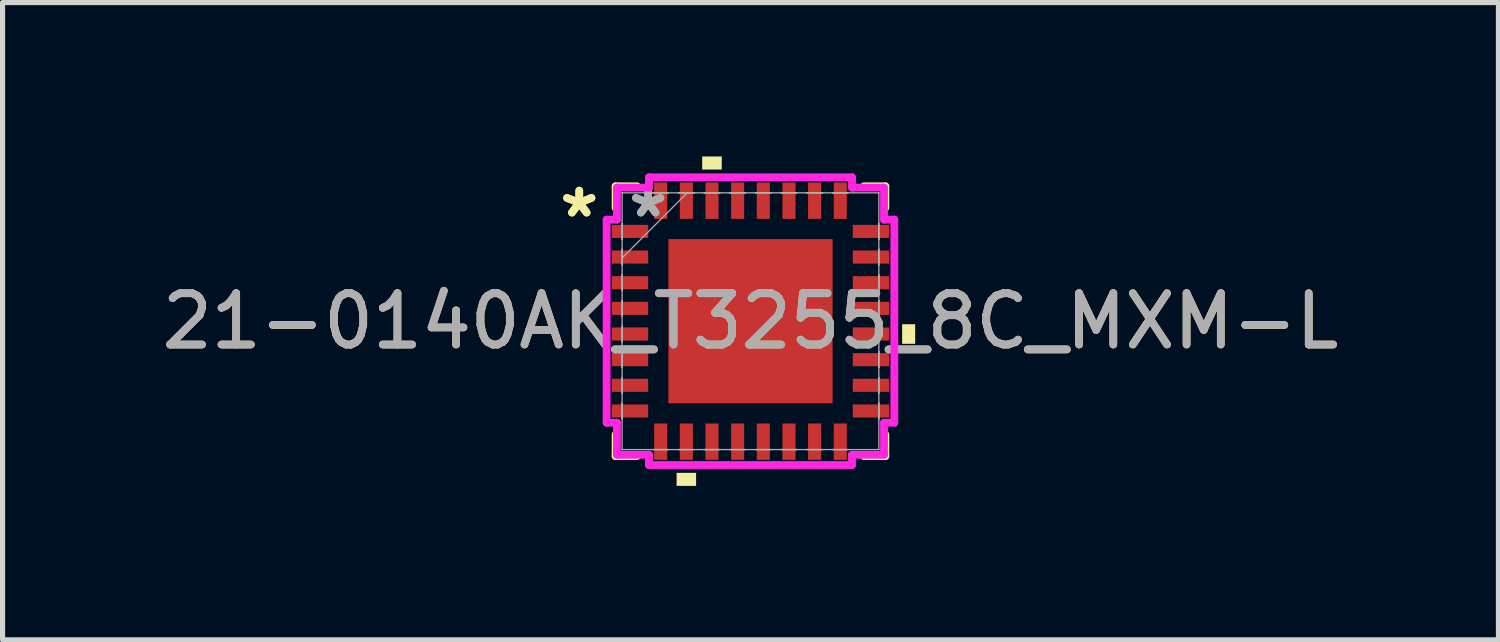
<source format=kicad_pcb>
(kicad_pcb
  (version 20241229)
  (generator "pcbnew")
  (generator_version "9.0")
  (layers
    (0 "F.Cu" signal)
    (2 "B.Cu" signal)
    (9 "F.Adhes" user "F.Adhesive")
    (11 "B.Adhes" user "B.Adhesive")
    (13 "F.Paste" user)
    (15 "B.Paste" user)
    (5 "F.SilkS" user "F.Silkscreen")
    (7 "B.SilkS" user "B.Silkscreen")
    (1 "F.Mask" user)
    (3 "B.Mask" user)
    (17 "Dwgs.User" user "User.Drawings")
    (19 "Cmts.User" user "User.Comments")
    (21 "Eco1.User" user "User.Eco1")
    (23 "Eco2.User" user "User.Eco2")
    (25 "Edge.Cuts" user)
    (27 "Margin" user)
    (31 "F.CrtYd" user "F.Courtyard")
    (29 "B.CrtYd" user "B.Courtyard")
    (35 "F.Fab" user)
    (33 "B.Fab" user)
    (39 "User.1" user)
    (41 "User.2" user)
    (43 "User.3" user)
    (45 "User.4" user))
  (footprint "21-0140AK_T3255_8C_MXM-L"
    (layer "F.Cu")
    (at 11.577 3.21)
    (property "Reference" "21-0140AK_T3255_8C_MXM-L" (at 0 0 0) (unlocked yes) (layer "F.SilkS") (effects (font (size 1 1) (thickness 0.15))))
    (attr smd)
    (fp_line (start -2.629 -2.629) (end -2.629 -2.21) (stroke (width 0.152) (type solid)) (layer "F.SilkS"))
    (fp_line (start -2.629 2.21) (end -2.629 2.629) (stroke (width 0.152) (type solid)) (layer "F.SilkS"))
    (fp_line (start -2.629 2.629) (end -2.21 2.629) (stroke (width 0.152) (type solid)) (layer "F.SilkS"))
    (fp_line (start -2.21 -2.629) (end -2.629 -2.629) (stroke (width 0.152) (type solid)) (layer "F.SilkS"))
    (fp_line (start 2.21 2.629) (end 2.629 2.629) (stroke (width 0.152) (type solid)) (layer "F.SilkS"))
    (fp_line (start 2.629 -2.629) (end 2.21 -2.629) (stroke (width 0.152) (type solid)) (layer "F.SilkS"))
    (fp_line (start 2.629 -2.21) (end 2.629 -2.629) (stroke (width 0.152) (type solid)) (layer "F.SilkS"))
    (fp_line (start 2.629 2.629) (end 2.629 2.21) (stroke (width 0.152) (type solid)) (layer "F.SilkS"))
    (fp_poly (pts (xy -1.44 2.956) (xy -1.44 3.21) (xy -1.06 3.21) (xy -1.06 2.956)) (stroke (width 0) (type solid)) (fill yes) (layer "F.SilkS"))
    (fp_poly (pts (xy -0.941 -2.956) (xy -0.941 -3.21) (xy -0.56 -3.21) (xy -0.56 -2.956)) (stroke (width 0) (type solid)) (fill yes) (layer "F.SilkS"))
    (fp_poly (pts (xy 3.21 0.059) (xy 3.21 0.441) (xy 2.956 0.441) (xy 2.956 0.059)) (stroke (width 0) (type solid)) (fill yes) (layer "F.SilkS"))
    (fp_poly (pts (xy -1.5 -1.5) (xy -1.5 -0.1) (xy -0.1 -0.1) (xy -0.1 -1.5)) (stroke (width 0) (type solid)) (fill yes) (layer "F.Paste"))
    (fp_poly (pts (xy -1.5 0.1) (xy -1.5 1.5) (xy -0.1 1.5) (xy -0.1 0.1)) (stroke (width 0) (type solid)) (fill yes) (layer "F.Paste"))
    (fp_poly (pts (xy 0.1 -1.5) (xy 0.1 -0.1) (xy 1.5 -0.1) (xy 1.5 -1.5)) (stroke (width 0) (type solid)) (fill yes) (layer "F.Paste"))
    (fp_poly (pts (xy 0.1 0.1) (xy 0.1 1.5) (xy 1.5 1.5) (xy 1.5 0.1)) (stroke (width 0) (type solid)) (fill yes) (layer "F.Paste"))
    (fp_line (start -2.804 -1.979) (end -2.603 -1.979) (stroke (width 0.152) (type solid)) (layer "F.CrtYd"))
    (fp_line (start -2.804 1.979) (end -2.804 -1.979) (stroke (width 0.152) (type solid)) (layer "F.CrtYd"))
    (fp_line (start -2.603 -2.603) (end -1.979 -2.603) (stroke (width 0.152) (type solid)) (layer "F.CrtYd"))
    (fp_line (start -2.603 -1.979) (end -2.603 -2.603) (stroke (width 0.152) (type solid)) (layer "F.CrtYd"))
    (fp_line (start -2.603 1.979) (end -2.804 1.979) (stroke (width 0.152) (type solid)) (layer "F.CrtYd"))
    (fp_line (start -2.603 2.603) (end -2.603 1.979) (stroke (width 0.152) (type solid)) (layer "F.CrtYd"))
    (fp_line (start -1.979 -2.804) (end 1.979 -2.804) (stroke (width 0.152) (type solid)) (layer "F.CrtYd"))
    (fp_line (start -1.979 -2.603) (end -1.979 -2.804) (stroke (width 0.152) (type solid)) (layer "F.CrtYd"))
    (fp_line (start -1.979 2.603) (end -2.603 2.603) (stroke (width 0.152) (type solid)) (layer "F.CrtYd"))
    (fp_line (start -1.979 2.804) (end -1.979 2.603) (stroke (width 0.152) (type solid)) (layer "F.CrtYd"))
    (fp_line (start 1.979 -2.804) (end 1.979 -2.603) (stroke (width 0.152) (type solid)) (layer "F.CrtYd"))
    (fp_line (start 1.979 -2.603) (end 2.603 -2.603) (stroke (width 0.152) (type solid)) (layer "F.CrtYd"))
    (fp_line (start 1.979 2.603) (end 1.979 2.804) (stroke (width 0.152) (type solid)) (layer "F.CrtYd"))
    (fp_line (start 1.979 2.804) (end -1.979 2.804) (stroke (width 0.152) (type solid)) (layer "F.CrtYd"))
    (fp_line (start 2.603 -2.603) (end 2.603 -1.979) (stroke (width 0.152) (type solid)) (layer "F.CrtYd"))
    (fp_line (start 2.603 -1.979) (end 2.804 -1.979) (stroke (width 0.152) (type solid)) (layer "F.CrtYd"))
    (fp_line (start 2.603 1.979) (end 2.603 2.603) (stroke (width 0.152) (type solid)) (layer "F.CrtYd"))
    (fp_line (start 2.603 2.603) (end 1.979 2.603) (stroke (width 0.152) (type solid)) (layer "F.CrtYd"))
    (fp_line (start 2.804 -1.979) (end 2.804 1.979) (stroke (width 0.152) (type solid)) (layer "F.CrtYd"))
    (fp_line (start 2.804 1.979) (end 2.603 1.979) (stroke (width 0.152) (type solid)) (layer "F.CrtYd"))
    (fp_line (start -2.502 -2.502) (end -2.502 -2.502) (stroke (width 0.025) (type solid)) (layer "F.Fab"))
    (fp_line (start -2.502 -2.502) (end -2.502 2.502) (stroke (width 0.025) (type solid)) (layer "F.Fab"))
    (fp_line (start -2.502 -1.902) (end -2.502 -1.902) (stroke (width 0.025) (type solid)) (layer "F.Fab"))
    (fp_line (start -2.502 -1.902) (end -2.502 -1.598) (stroke (width 0.025) (type solid)) (layer "F.Fab"))
    (fp_line (start -2.502 -1.598) (end -2.502 -1.902) (stroke (width 0.025) (type solid)) (layer "F.Fab"))
    (fp_line (start -2.502 -1.598) (end -2.502 -1.598) (stroke (width 0.025) (type solid)) (layer "F.Fab"))
    (fp_line (start -2.502 -1.402) (end -2.502 -1.402) (stroke (width 0.025) (type solid)) (layer "F.Fab"))
    (fp_line (start -2.502 -1.402) (end -2.502 -1.098) (stroke (width 0.025) (type solid)) (layer "F.Fab"))
    (fp_line (start -2.502 -1.232) (end -1.232 -2.502) (stroke (width 0.025) (type solid)) (layer "F.Fab"))
    (fp_line (start -2.502 -1.098) (end -2.502 -1.402) (stroke (width 0.025) (type solid)) (layer "F.Fab"))
    (fp_line (start -2.502 -1.098) (end -2.502 -1.098) (stroke (width 0.025) (type solid)) (layer "F.Fab"))
    (fp_line (start -2.502 -0.902) (end -2.502 -0.902) (stroke (width 0.025) (type solid)) (layer "F.Fab"))
    (fp_line (start -2.502 -0.902) (end -2.502 -0.598) (stroke (width 0.025) (type solid)) (layer "F.Fab"))
    (fp_line (start -2.502 -0.598) (end -2.502 -0.902) (stroke (width 0.025) (type solid)) (layer "F.Fab"))
    (fp_line (start -2.502 -0.598) (end -2.502 -0.598) (stroke (width 0.025) (type solid)) (layer "F.Fab"))
    (fp_line (start -2.502 -0.402) (end -2.502 -0.402) (stroke (width 0.025) (type solid)) (layer "F.Fab"))
    (fp_line (start -2.502 -0.402) (end -2.502 -0.098) (stroke (width 0.025) (type solid)) (layer "F.Fab"))
    (fp_line (start -2.502 -0.098) (end -2.502 -0.402) (stroke (width 0.025) (type solid)) (layer "F.Fab"))
    (fp_line (start -2.502 -0.098) (end -2.502 -0.098) (stroke (width 0.025) (type solid)) (layer "F.Fab"))
    (fp_line (start -2.502 0.098) (end -2.502 0.098) (stroke (width 0.025) (type solid)) (layer "F.Fab"))
    (fp_line (start -2.502 0.098) (end -2.502 0.402) (stroke (width 0.025) (type solid)) (layer "F.Fab"))
    (fp_line (start -2.502 0.402) (end -2.502 0.098) (stroke (width 0.025) (type solid)) (layer "F.Fab"))
    (fp_line (start -2.502 0.402) (end -2.502 0.402) (stroke (width 0.025) (type solid)) (layer "F.Fab"))
    (fp_line (start -2.502 0.598) (end -2.502 0.598) (stroke (width 0.025) (type solid)) (layer "F.Fab"))
    (fp_line (start -2.502 0.598) (end -2.502 0.902) (stroke (width 0.025) (type solid)) (layer "F.Fab"))
    (fp_line (start -2.502 0.902) (end -2.502 0.598) (stroke (width 0.025) (type solid)) (layer "F.Fab"))
    (fp_line (start -2.502 0.902) (end -2.502 0.902) (stroke (width 0.025) (type solid)) (layer "F.Fab"))
    (fp_line (start -2.502 1.098) (end -2.502 1.098) (stroke (width 0.025) (type solid)) (layer "F.Fab"))
    (fp_line (start -2.502 1.098) (end -2.502 1.402) (stroke (width 0.025) (type solid)) (layer "F.Fab"))
    (fp_line (start -2.502 1.402) (end -2.502 1.098) (stroke (width 0.025) (type solid)) (layer "F.Fab"))
    (fp_line (start -2.502 1.402) (end -2.502 1.402) (stroke (width 0.025) (type solid)) (layer "F.Fab"))
    (fp_line (start -2.502 1.598) (end -2.502 1.598) (stroke (width 0.025) (type solid)) (layer "F.Fab"))
    (fp_line (start -2.502 1.598) (end -2.502 1.902) (stroke (width 0.025) (type solid)) (layer "F.Fab"))
    (fp_line (start -2.502 1.902) (end -2.502 1.598) (stroke (width 0.025) (type solid)) (layer "F.Fab"))
    (fp_line (start -2.502 1.902) (end -2.502 1.902) (stroke (width 0.025) (type solid)) (layer "F.Fab"))
    (fp_line (start -2.502 2.502) (end -2.502 2.502) (stroke (width 0.025) (type solid)) (layer "F.Fab"))
    (fp_line (start -2.502 2.502) (end 2.502 2.502) (stroke (width 0.025) (type solid)) (layer "F.Fab"))
    (fp_line (start -1.902 -2.502) (end -1.902 -2.502) (stroke (width 0.025) (type solid)) (layer "F.Fab"))
    (fp_line (start -1.902 -2.502) (end -1.598 -2.502) (stroke (width 0.025) (type solid)) (layer "F.Fab"))
    (fp_line (start -1.902 2.502) (end -1.902 2.502) (stroke (width 0.025) (type solid)) (layer "F.Fab"))
    (fp_line (start -1.902 2.502) (end -1.598 2.502) (stroke (width 0.025) (type solid)) (layer "F.Fab"))
    (fp_line (start -1.598 -2.502) (end -1.902 -2.502) (stroke (width 0.025) (type solid)) (layer "F.Fab"))
    (fp_line (start -1.598 -2.502) (end -1.598 -2.502) (stroke (width 0.025) (type solid)) (layer "F.Fab"))
    (fp_line (start -1.598 2.502) (end -1.902 2.502) (stroke (width 0.025) (type solid)) (layer "F.Fab"))
    (fp_line (start -1.598 2.502) (end -1.598 2.502) (stroke (width 0.025) (type solid)) (layer "F.Fab"))
    (fp_line (start -1.402 -2.502) (end -1.402 -2.502) (stroke (width 0.025) (type solid)) (layer "F.Fab"))
    (fp_line (start -1.402 -2.502) (end -1.098 -2.502) (stroke (width 0.025) (type solid)) (layer "F.Fab"))
    (fp_line (start -1.402 2.502) (end -1.402 2.502) (stroke (width 0.025) (type solid)) (layer "F.Fab"))
    (fp_line (start -1.402 2.502) (end -1.098 2.502) (stroke (width 0.025) (type solid)) (layer "F.Fab"))
    (fp_line (start -1.098 -2.502) (end -1.402 -2.502) (stroke (width 0.025) (type solid)) (layer "F.Fab"))
    (fp_line (start -1.098 -2.502) (end -1.098 -2.502) (stroke (width 0.025) (type solid)) (layer "F.Fab"))
    (fp_line (start -1.098 2.502) (end -1.402 2.502) (stroke (width 0.025) (type solid)) (layer "F.Fab"))
    (fp_line (start -1.098 2.502) (end -1.098 2.502) (stroke (width 0.025) (type solid)) (layer "F.Fab"))
    (fp_line (start -0.902 -2.502) (end -0.902 -2.502) (stroke (width 0.025) (type solid)) (layer "F.Fab"))
    (fp_line (start -0.902 -2.502) (end -0.598 -2.502) (stroke (width 0.025) (type solid)) (layer "F.Fab"))
    (fp_line (start -0.902 2.502) (end -0.902 2.502) (stroke (width 0.025) (type solid)) (layer "F.Fab"))
    (fp_line (start -0.902 2.502) (end -0.598 2.502) (stroke (width 0.025) (type solid)) (layer "F.Fab"))
    (fp_line (start -0.598 -2.502) (end -0.902 -2.502) (stroke (width 0.025) (type solid)) (layer "F.Fab"))
    (fp_line (start -0.598 -2.502) (end -0.598 -2.502) (stroke (width 0.025) (type solid)) (layer "F.Fab"))
    (fp_line (start -0.598 2.502) (end -0.902 2.502) (stroke (width 0.025) (type solid)) (layer "F.Fab"))
    (fp_line (start -0.598 2.502) (end -0.598 2.502) (stroke (width 0.025) (type solid)) (layer "F.Fab"))
    (fp_line (start -0.402 -2.502) (end -0.402 -2.502) (stroke (width 0.025) (type solid)) (layer "F.Fab"))
    (fp_line (start -0.402 -2.502) (end -0.098 -2.502) (stroke (width 0.025) (type solid)) (layer "F.Fab"))
    (fp_line (start -0.402 2.502) (end -0.402 2.502) (stroke (width 0.025) (type solid)) (layer "F.Fab"))
    (fp_line (start -0.402 2.502) (end -0.098 2.502) (stroke (width 0.025) (type solid)) (layer "F.Fab"))
    (fp_line (start -0.098 -2.502) (end -0.402 -2.502) (stroke (width 0.025) (type solid)) (layer "F.Fab"))
    (fp_line (start -0.098 -2.502) (end -0.098 -2.502) (stroke (width 0.025) (type solid)) (layer "F.Fab"))
    (fp_line (start -0.098 2.502) (end -0.402 2.502) (stroke (width 0.025) (type solid)) (layer "F.Fab"))
    (fp_line (start -0.098 2.502) (end -0.098 2.502) (stroke (width 0.025) (type solid)) (layer "F.Fab"))
    (fp_line (start 0.098 -2.502) (end 0.098 -2.502) (stroke (width 0.025) (type solid)) (layer "F.Fab"))
    (fp_line (start 0.098 -2.502) (end 0.402 -2.502) (stroke (width 0.025) (type solid)) (layer "F.Fab"))
    (fp_line (start 0.098 2.502) (end 0.098 2.502) (stroke (width 0.025) (type solid)) (layer "F.Fab"))
    (fp_line (start 0.098 2.502) (end 0.402 2.502) (stroke (width 0.025) (type solid)) (layer "F.Fab"))
    (fp_line (start 0.402 -2.502) (end 0.098 -2.502) (stroke (width 0.025) (type solid)) (layer "F.Fab"))
    (fp_line (start 0.402 -2.502) (end 0.402 -2.502) (stroke (width 0.025) (type solid)) (layer "F.Fab"))
    (fp_line (start 0.402 2.502) (end 0.098 2.502) (stroke (width 0.025) (type solid)) (layer "F.Fab"))
    (fp_line (start 0.402 2.502) (end 0.402 2.502) (stroke (width 0.025) (type solid)) (layer "F.Fab"))
    (fp_line (start 0.598 -2.502) (end 0.598 -2.502) (stroke (width 0.025) (type solid)) (layer "F.Fab"))
    (fp_line (start 0.598 -2.502) (end 0.902 -2.502) (stroke (width 0.025) (type solid)) (layer "F.Fab"))
    (fp_line (start 0.598 2.502) (end 0.598 2.502) (stroke (width 0.025) (type solid)) (layer "F.Fab"))
    (fp_line (start 0.598 2.502) (end 0.902 2.502) (stroke (width 0.025) (type solid)) (layer "F.Fab"))
    (fp_line (start 0.902 -2.502) (end 0.598 -2.502) (stroke (width 0.025) (type solid)) (layer "F.Fab"))
    (fp_line (start 0.902 -2.502) (end 0.902 -2.502) (stroke (width 0.025) (type solid)) (layer "F.Fab"))
    (fp_line (start 0.902 2.502) (end 0.598 2.502) (stroke (width 0.025) (type solid)) (layer "F.Fab"))
    (fp_line (start 0.902 2.502) (end 0.902 2.502) (stroke (width 0.025) (type solid)) (layer "F.Fab"))
    (fp_line (start 1.098 -2.502) (end 1.098 -2.502) (stroke (width 0.025) (type solid)) (layer "F.Fab"))
    (fp_line (start 1.098 -2.502) (end 1.402 -2.502) (stroke (width 0.025) (type solid)) (layer "F.Fab"))
    (fp_line (start 1.098 2.502) (end 1.098 2.502) (stroke (width 0.025) (type solid)) (layer "F.Fab"))
    (fp_line (start 1.098 2.502) (end 1.402 2.502) (stroke (width 0.025) (type solid)) (layer "F.Fab"))
    (fp_line (start 1.402 -2.502) (end 1.098 -2.502) (stroke (width 0.025) (type solid)) (layer "F.Fab"))
    (fp_line (start 1.402 -2.502) (end 1.402 -2.502) (stroke (width 0.025) (type solid)) (layer "F.Fab"))
    (fp_line (start 1.402 2.502) (end 1.098 2.502) (stroke (width 0.025) (type solid)) (layer "F.Fab"))
    (fp_line (start 1.402 2.502) (end 1.402 2.502) (stroke (width 0.025) (type solid)) (layer "F.Fab"))
    (fp_line (start 1.598 -2.502) (end 1.598 -2.502) (stroke (width 0.025) (type solid)) (layer "F.Fab"))
    (fp_line (start 1.598 -2.502) (end 1.902 -2.502) (stroke (width 0.025) (type solid)) (layer "F.Fab"))
    (fp_line (start 1.598 2.502) (end 1.598 2.502) (stroke (width 0.025) (type solid)) (layer "F.Fab"))
    (fp_line (start 1.598 2.502) (end 1.902 2.502) (stroke (width 0.025) (type solid)) (layer "F.Fab"))
    (fp_line (start 1.902 -2.502) (end 1.598 -2.502) (stroke (width 0.025) (type solid)) (layer "F.Fab"))
    (fp_line (start 1.902 -2.502) (end 1.902 -2.502) (stroke (width 0.025) (type solid)) (layer "F.Fab"))
    (fp_line (start 1.902 2.502) (end 1.598 2.502) (stroke (width 0.025) (type solid)) (layer "F.Fab"))
    (fp_line (start 1.902 2.502) (end 1.902 2.502) (stroke (width 0.025) (type solid)) (layer "F.Fab"))
    (fp_line (start 2.502 -2.502) (end -2.502 -2.502) (stroke (width 0.025) (type solid)) (layer "F.Fab"))
    (fp_line (start 2.502 -2.502) (end 2.502 -2.502) (stroke (width 0.025) (type solid)) (layer "F.Fab"))
    (fp_line (start 2.502 -1.902) (end 2.502 -1.902) (stroke (width 0.025) (type solid)) (layer "F.Fab"))
    (fp_line (start 2.502 -1.902) (end 2.502 -1.598) (stroke (width 0.025) (type solid)) (layer "F.Fab"))
    (fp_line (start 2.502 -1.598) (end 2.502 -1.902) (stroke (width 0.025) (type solid)) (layer "F.Fab"))
    (fp_line (start 2.502 -1.598) (end 2.502 -1.598) (stroke (width 0.025) (type solid)) (layer "F.Fab"))
    (fp_line (start 2.502 -1.402) (end 2.502 -1.402) (stroke (width 0.025) (type solid)) (layer "F.Fab"))
    (fp_line (start 2.502 -1.402) (end 2.502 -1.098) (stroke (width 0.025) (type solid)) (layer "F.Fab"))
    (fp_line (start 2.502 -1.098) (end 2.502 -1.402) (stroke (width 0.025) (type solid)) (layer "F.Fab"))
    (fp_line (start 2.502 -1.098) (end 2.502 -1.098) (stroke (width 0.025) (type solid)) (layer "F.Fab"))
    (fp_line (start 2.502 -0.902) (end 2.502 -0.902) (stroke (width 0.025) (type solid)) (layer "F.Fab"))
    (fp_line (start 2.502 -0.902) (end 2.502 -0.598) (stroke (width 0.025) (type solid)) (layer "F.Fab"))
    (fp_line (start 2.502 -0.598) (end 2.502 -0.902) (stroke (width 0.025) (type solid)) (layer "F.Fab"))
    (fp_line (start 2.502 -0.598) (end 2.502 -0.598) (stroke (width 0.025) (type solid)) (layer "F.Fab"))
    (fp_line (start 2.502 -0.402) (end 2.502 -0.402) (stroke (width 0.025) (type solid)) (layer "F.Fab"))
    (fp_line (start 2.502 -0.402) (end 2.502 -0.098) (stroke (width 0.025) (type solid)) (layer "F.Fab"))
    (fp_line (start 2.502 -0.098) (end 2.502 -0.402) (stroke (width 0.025) (type solid)) (layer "F.Fab"))
    (fp_line (start 2.502 -0.098) (end 2.502 -0.098) (stroke (width 0.025) (type solid)) (layer "F.Fab"))
    (fp_line (start 2.502 0.098) (end 2.502 0.098) (stroke (width 0.025) (type solid)) (layer "F.Fab"))
    (fp_line (start 2.502 0.098) (end 2.502 0.402) (stroke (width 0.025) (type solid)) (layer "F.Fab"))
    (fp_line (start 2.502 0.402) (end 2.502 0.098) (stroke (width 0.025) (type solid)) (layer "F.Fab"))
    (fp_line (start 2.502 0.402) (end 2.502 0.402) (stroke (width 0.025) (type solid)) (layer "F.Fab"))
    (fp_line (start 2.502 0.598) (end 2.502 0.598) (stroke (width 0.025) (type solid)) (layer "F.Fab"))
    (fp_line (start 2.502 0.598) (end 2.502 0.902) (stroke (width 0.025) (type solid)) (layer "F.Fab"))
    (fp_line (start 2.502 0.902) (end 2.502 0.598) (stroke (width 0.025) (type solid)) (layer "F.Fab"))
    (fp_line (start 2.502 0.902) (end 2.502 0.902) (stroke (width 0.025) (type solid)) (layer "F.Fab"))
    (fp_line (start 2.502 1.098) (end 2.502 1.098) (stroke (width 0.025) (type solid)) (layer "F.Fab"))
    (fp_line (start 2.502 1.098) (end 2.502 1.402) (stroke (width 0.025) (type solid)) (layer "F.Fab"))
    (fp_line (start 2.502 1.402) (end 2.502 1.098) (stroke (width 0.025) (type solid)) (layer "F.Fab"))
    (fp_line (start 2.502 1.402) (end 2.502 1.402) (stroke (width 0.025) (type solid)) (layer "F.Fab"))
    (fp_line (start 2.502 1.598) (end 2.502 1.598) (stroke (width 0.025) (type solid)) (layer "F.Fab"))
    (fp_line (start 2.502 1.598) (end 2.502 1.902) (stroke (width 0.025) (type solid)) (layer "F.Fab"))
    (fp_line (start 2.502 1.902) (end 2.502 1.598) (stroke (width 0.025) (type solid)) (layer "F.Fab"))
    (fp_line (start 2.502 1.902) (end 2.502 1.902) (stroke (width 0.025) (type solid)) (layer "F.Fab"))
    (fp_line (start 2.502 2.502) (end 2.502 -2.502) (stroke (width 0.025) (type solid)) (layer "F.Fab"))
    (fp_line (start 2.502 2.502) (end 2.502 2.502) (stroke (width 0.025) (type solid)) (layer "F.Fab"))
    (fp_text user "*" (at -3.337 -2 0) (layer "F.SilkS") (effects (font (size 1 1) (thickness 0.15))))
    (fp_text user "*" (at -3.337 -2 0) (unlocked yes) (layer "F.SilkS") (effects (font (size 1 1) (thickness 0.15))))
    (fp_text user "*" (at -1.994 -2 0) (layer "F.Fab") (effects (font (size 1 1) (thickness 0.15))))
    (fp_text user "*" (at -1.994 -2 0) (unlocked yes) (layer "F.Fab") (effects (font (size 1 1) (thickness 0.15))))
    (fp_text user "${REFERENCE}" (at 0 0 0) (unlocked yes) (layer "F.Fab") (effects (font (size 1 1) (thickness 0.15))))
    (pad "1" smd rect (at -2.348 -1.75 90) (size 0.255 0.708) (layers "F.Cu" "F.Mask" "F.Paste"))
    (pad "2" smd rect (at -2.348 -1.25 90) (size 0.255 0.708) (layers "F.Cu" "F.Mask" "F.Paste"))
    (pad "3" smd rect (at -2.348 -0.75 90) (size 0.255 0.708) (layers "F.Cu" "F.Mask" "F.Paste"))
    (pad "4" smd rect (at -2.348 -0.25 90) (size 0.255 0.708) (layers "F.Cu" "F.Mask" "F.Paste"))
    (pad "5" smd rect (at -2.348 0.25 90) (size 0.255 0.708) (layers "F.Cu" "F.Mask" "F.Paste"))
    (pad "6" smd rect (at -2.348 0.75 90) (size 0.255 0.708) (layers "F.Cu" "F.Mask" "F.Paste"))
    (pad "7" smd rect (at -2.348 1.25 90) (size 0.255 0.708) (layers "F.Cu" "F.Mask" "F.Paste"))
    (pad "8" smd rect (at -2.348 1.75 90) (size 0.255 0.708) (layers "F.Cu" "F.Mask" "F.Paste"))
    (pad "9" smd rect (at -1.75 2.348) (size 0.255 0.708) (layers "F.Cu" "F.Mask" "F.Paste"))
    (pad "10" smd rect (at -1.25 2.348) (size 0.255 0.708) (layers "F.Cu" "F.Mask" "F.Paste"))
    (pad "11" smd rect (at -0.75 2.348) (size 0.255 0.708) (layers "F.Cu" "F.Mask" "F.Paste"))
    (pad "12" smd rect (at -0.25 2.348) (size 0.255 0.708) (layers "F.Cu" "F.Mask" "F.Paste"))
    (pad "13" smd rect (at 0.25 2.348) (size 0.255 0.708) (layers "F.Cu" "F.Mask" "F.Paste"))
    (pad "14" smd rect (at 0.75 2.348) (size 0.255 0.708) (layers "F.Cu" "F.Mask" "F.Paste"))
    (pad "15" smd rect (at 1.25 2.348) (size 0.255 0.708) (layers "F.Cu" "F.Mask" "F.Paste"))
    (pad "16" smd rect (at 1.75 2.348) (size 0.255 0.708) (layers "F.Cu" "F.Mask" "F.Paste"))
    (pad "17" smd rect (at 2.348 1.75 90) (size 0.255 0.708) (layers "F.Cu" "F.Mask" "F.Paste"))
    (pad "18" smd rect (at 2.348 1.25 90) (size 0.255 0.708) (layers "F.Cu" "F.Mask" "F.Paste"))
    (pad "19" smd rect (at 2.348 0.75 90) (size 0.255 0.708) (layers "F.Cu" "F.Mask" "F.Paste"))
    (pad "20" smd rect (at 2.348 0.25 90) (size 0.255 0.708) (layers "F.Cu" "F.Mask" "F.Paste"))
    (pad "21" smd rect (at 2.348 -0.25 90) (size 0.255 0.708) (layers "F.Cu" "F.Mask" "F.Paste"))
    (pad "22" smd rect (at 2.348 -0.75 90) (size 0.255 0.708) (layers "F.Cu" "F.Mask" "F.Paste"))
    (pad "23" smd rect (at 2.348 -1.25 90) (size 0.255 0.708) (layers "F.Cu" "F.Mask" "F.Paste"))
    (pad "24" smd rect (at 2.348 -1.75 90) (size 0.255 0.708) (layers "F.Cu" "F.Mask" "F.Paste"))
    (pad "25" smd rect (at 1.75 -2.348) (size 0.255 0.708) (layers "F.Cu" "F.Mask" "F.Paste"))
    (pad "26" smd rect (at 1.25 -2.348) (size 0.255 0.708) (layers "F.Cu" "F.Mask" "F.Paste"))
    (pad "27" smd rect (at 0.75 -2.348) (size 0.255 0.708) (layers "F.Cu" "F.Mask" "F.Paste"))
    (pad "28" smd rect (at 0.25 -2.348) (size 0.255 0.708) (layers "F.Cu" "F.Mask" "F.Paste"))
    (pad "29" smd rect (at -0.25 -2.348) (size 0.255 0.708) (layers "F.Cu" "F.Mask" "F.Paste"))
    (pad "30" smd rect (at -0.75 -2.348) (size 0.255 0.708) (layers "F.Cu" "F.Mask" "F.Paste"))
    (pad "31" smd rect (at -1.25 -2.348) (size 0.255 0.708) (layers "F.Cu" "F.Mask" "F.Paste"))
    (pad "32" smd rect (at -1.75 -2.348) (size 0.255 0.708) (layers "F.Cu" "F.Mask" "F.Paste"))
    (pad "33" smd rect (at 0 0) (size 3.2 3.2) (layers "F.Cu" "F.Mask" "F.Paste")))
  (gr_rect
    (start -3 -3)
    (end 26.155 9.42)
    (stroke (width 0.1) (type default))
    (fill no)
    (layer "Edge.Cuts")))
</source>
